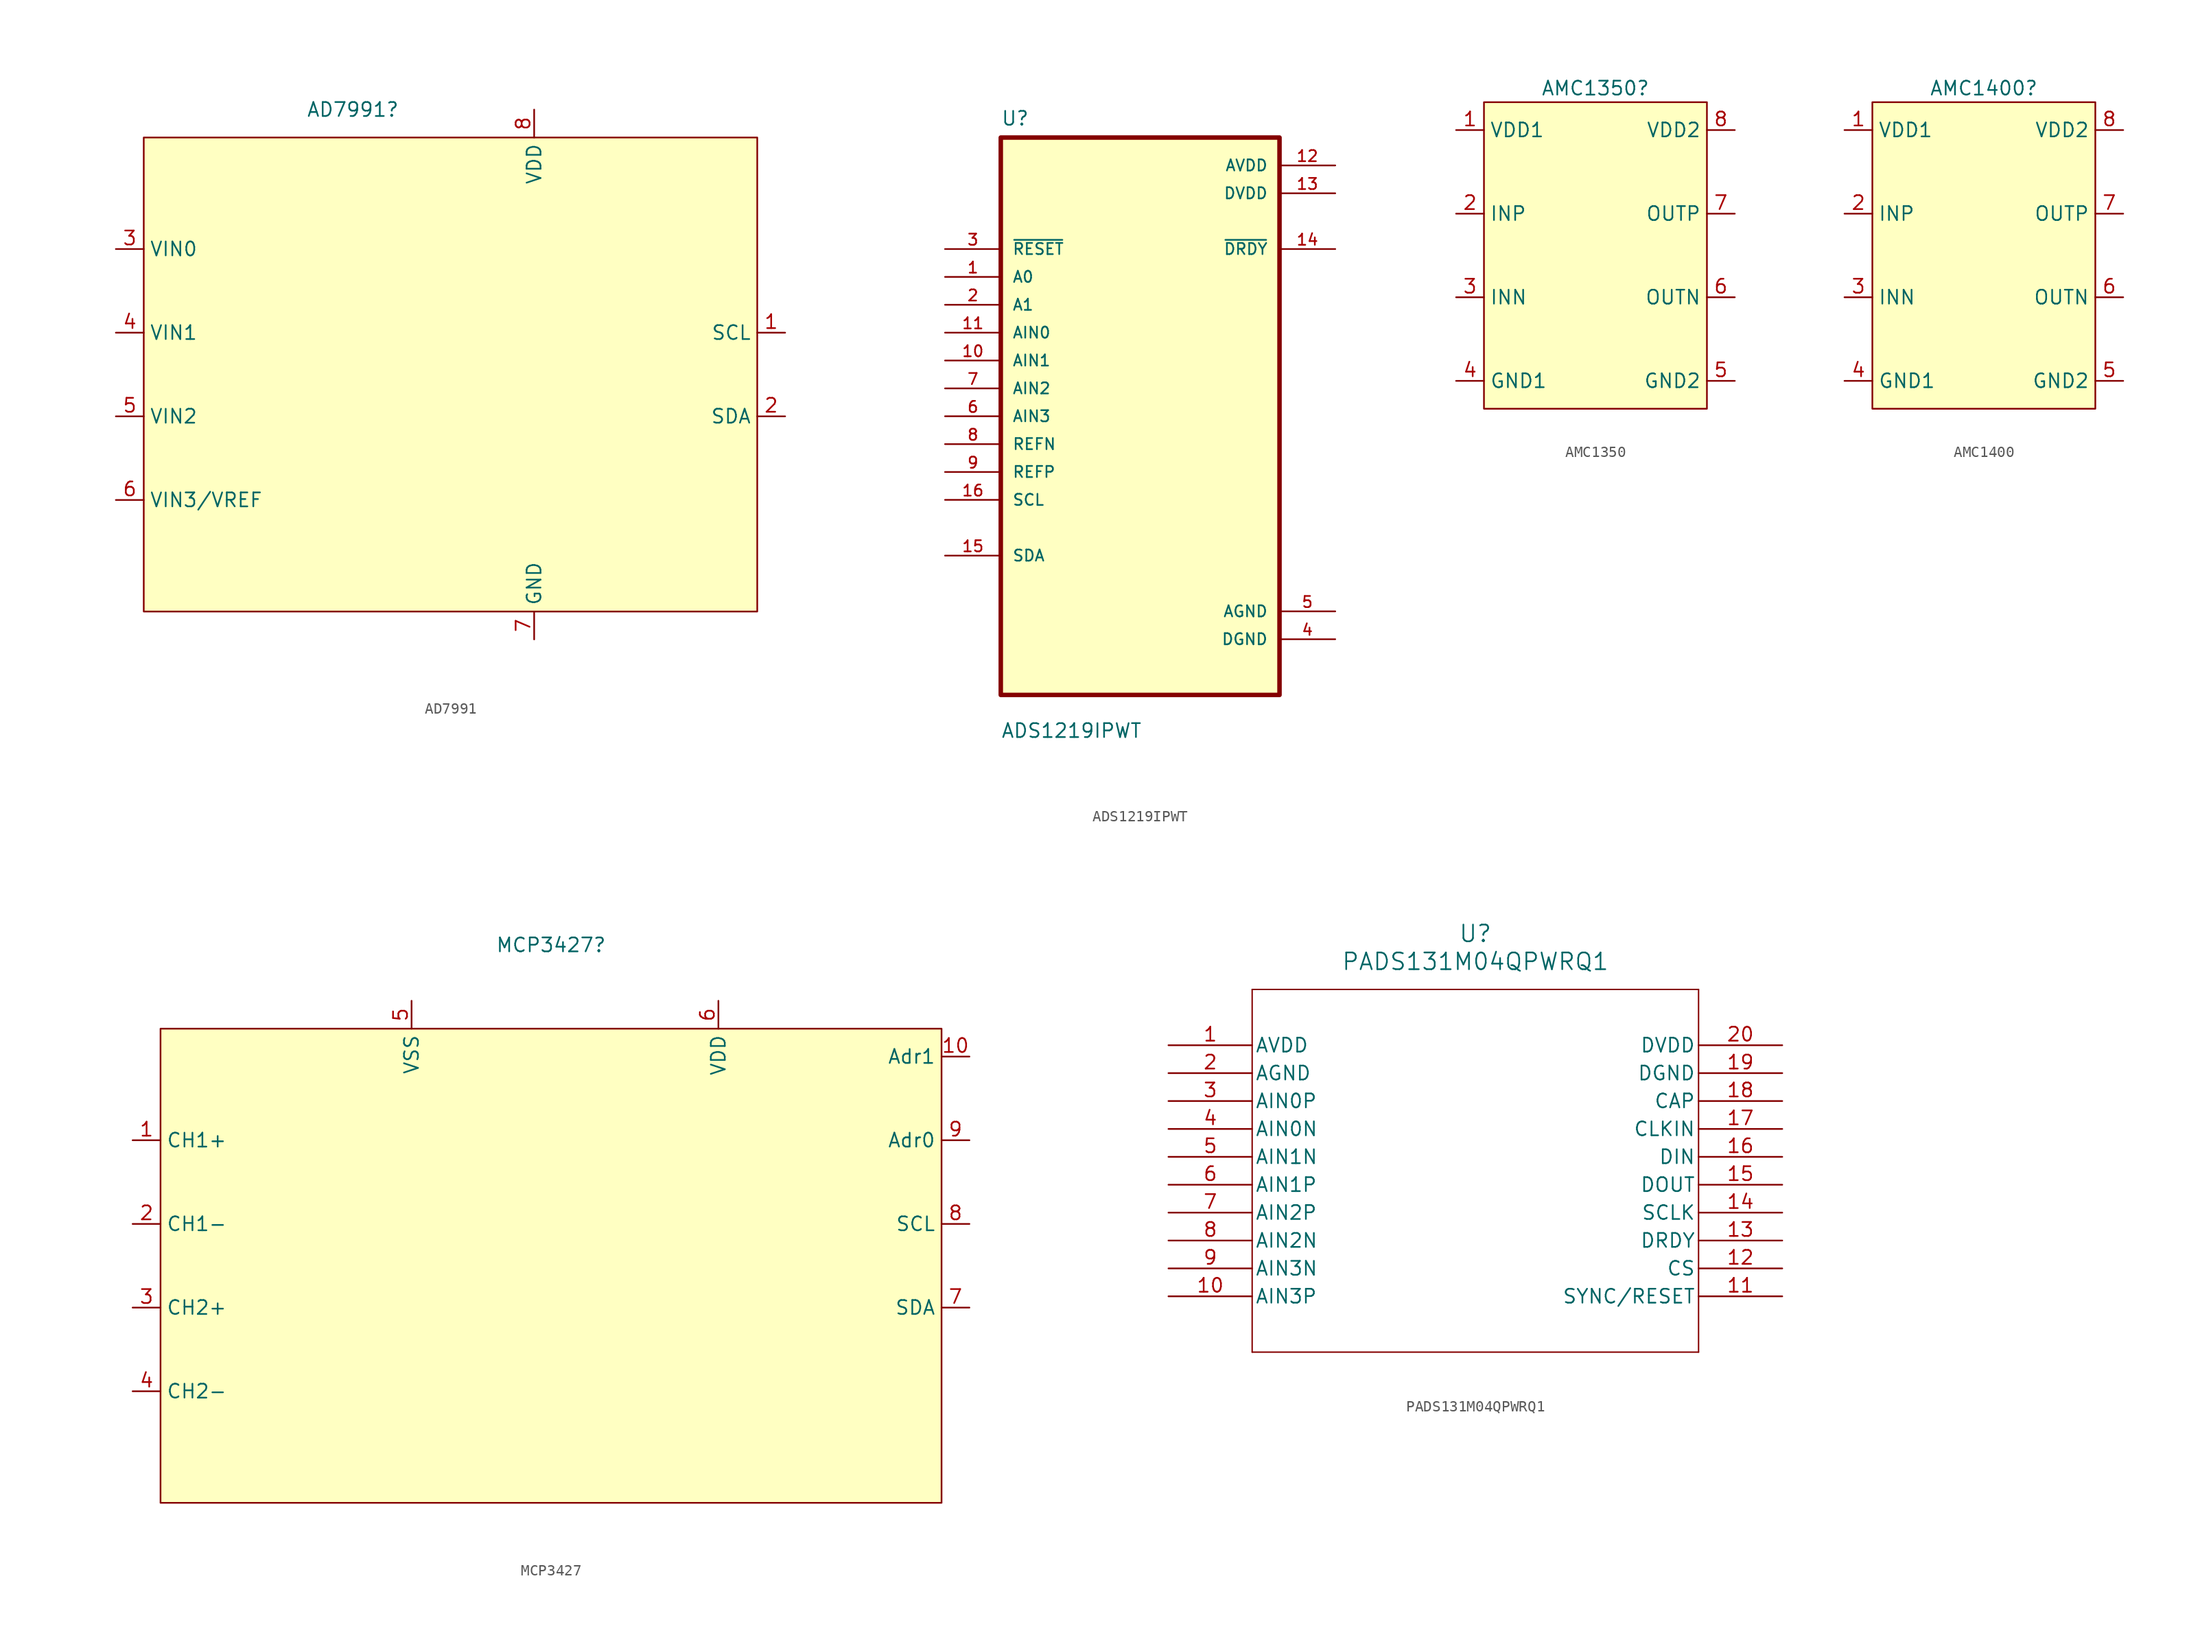
<source format=kicad_sym>
(kicad_symbol_lib
  (version 20231120)
  (generator "kicad_symbol_editor")
  (generator_version "8.0")
  (symbol "AD7991"
    (property "Reference" "AD7991"
      (at 0 0 0)
      (effects (font (size 1.27 1.27))))
    (property "Value" ""
      (at 0 0 0)
      (effects (font (size 1.27 1.27))))
    (symbol "AD7991_1_1"
      (rectangle (start -19.05 -2.54) (end 36.83 -45.72) (stroke (width 0) (type default)) (fill (type background)))
      (pin input line (at 39.37 -20.32 180) (length 2.54) (name "SCL" (effects (font (size 1.27 1.27)))) (number "1" (effects (font (size 1.27 1.27)))))
      (pin bidirectional line (at 39.37 -27.94 180) (length 2.54) (name "SDA" (effects (font (size 1.27 1.27)))) (number "2" (effects (font (size 1.27 1.27)))))
      (pin input line (at -21.59 -12.7 0) (length 2.54) (name "VIN0" (effects (font (size 1.27 1.27)))) (number "3" (effects (font (size 1.27 1.27)))))
      (pin input line (at -21.59 -20.32 0) (length 2.54) (name "VIN1" (effects (font (size 1.27 1.27)))) (number "4" (effects (font (size 1.27 1.27)))))
      (pin input line (at -21.59 -27.94 0) (length 2.54) (name "VIN2" (effects (font (size 1.27 1.27)))) (number "5" (effects (font (size 1.27 1.27)))))
      (pin input line (at -21.59 -35.56 0) (length 2.54) (name "VIN3/VREF" (effects (font (size 1.27 1.27)))) (number "6" (effects (font (size 1.27 1.27)))))
      (pin passive line (at 16.51 -48.26 90) (length 2.54) (name "GND" (effects (font (size 1.27 1.27)))) (number "7" (effects (font (size 1.27 1.27)))))
      (pin power_in line (at 16.51 0 270) (length 2.54) (name "VDD" (effects (font (size 1.27 1.27)))) (number "8" (effects (font (size 1.27 1.27)))))))
  (symbol "ADS1219IPWT"
    (pin_names
      (offset 1.016))
    (property "Reference" "U"
      (at -12.7 26.4 0)
      (effects (font (size 1.27 1.27)) (justify left bottom)))
    (property "Value" "ADS1219IPWT"
      (at -12.7 -29.4 0)
      (effects (font (size 1.27 1.27)) (justify left bottom)))
    (symbol "ADS1219IPWT_0_0"
      (rectangle (start -12.7 -25.4) (end 12.7 25.4) (stroke (width 0.41) (type default)) (fill (type background)))
      (pin input line (at -17.78 12.7 0) (length 5.08) (name "A0" (effects (font (size 1.016 1.016)))) (number "1" (effects (font (size 1.016 1.016)))))
      (pin input line (at -17.78 5.08 0) (length 5.08) (name "AIN1" (effects (font (size 1.016 1.016)))) (number "10" (effects (font (size 1.016 1.016)))))
      (pin input line (at -17.78 7.62 0) (length 5.08) (name "AIN0" (effects (font (size 1.016 1.016)))) (number "11" (effects (font (size 1.016 1.016)))))
      (pin power_in line (at 17.78 22.86 180) (length 5.08) (name "AVDD" (effects (font (size 1.016 1.016)))) (number "12" (effects (font (size 1.016 1.016)))))
      (pin power_in line (at 17.78 20.32 180) (length 5.08) (name "DVDD" (effects (font (size 1.016 1.016)))) (number "13" (effects (font (size 1.016 1.016)))))
      (pin output line (at 17.78 15.24 180) (length 5.08) (name "~{DRDY}" (effects (font (size 1.016 1.016)))) (number "14" (effects (font (size 1.016 1.016)))))
      (pin bidirectional line (at -17.78 -12.7 0) (length 5.08) (name "SDA" (effects (font (size 1.016 1.016)))) (number "15" (effects (font (size 1.016 1.016)))))
      (pin input line (at -17.78 -7.62 0) (length 5.08) (name "SCL" (effects (font (size 1.016 1.016)))) (number "16" (effects (font (size 1.016 1.016)))))
      (pin input line (at -17.78 10.16 0) (length 5.08) (name "A1" (effects (font (size 1.016 1.016)))) (number "2" (effects (font (size 1.016 1.016)))))
      (pin input line (at -17.78 15.24 0) (length 5.08) (name "~{RESET}" (effects (font (size 1.016 1.016)))) (number "3" (effects (font (size 1.016 1.016)))))
      (pin power_in line (at 17.78 -20.32 180) (length 5.08) (name "DGND" (effects (font (size 1.016 1.016)))) (number "4" (effects (font (size 1.016 1.016)))))
      (pin power_in line (at 17.78 -17.78 180) (length 5.08) (name "AGND" (effects (font (size 1.016 1.016)))) (number "5" (effects (font (size 1.016 1.016)))))
      (pin input line (at -17.78 0 0) (length 5.08) (name "AIN3" (effects (font (size 1.016 1.016)))) (number "6" (effects (font (size 1.016 1.016)))))
      (pin input line (at -17.78 2.54 0) (length 5.08) (name "AIN2" (effects (font (size 1.016 1.016)))) (number "7" (effects (font (size 1.016 1.016)))))
      (pin input line (at -17.78 -2.54 0) (length 5.08) (name "REFN" (effects (font (size 1.016 1.016)))) (number "8" (effects (font (size 1.016 1.016)))))
      (pin input line (at -17.78 -5.08 0) (length 5.08) (name "REFP" (effects (font (size 1.016 1.016)))) (number "9" (effects (font (size 1.016 1.016)))))))
  (symbol "AMC1350"
    (property "Reference" "AMC1350"
      (at 0 0 0)
      (effects (font (size 1.27 1.27))))
    (property "Value" ""
      (at 0 0 0)
      (effects (font (size 1.27 1.27))))
    (symbol "AMC1350_1_1"
      (rectangle (start -10.16 -1.27) (end 10.16 -29.21) (stroke (width 0) (type default)) (fill (type background)))
      (pin power_in line (at -12.7 -3.81 0) (length 2.54) (name "VDD1" (effects (font (size 1.27 1.27)))) (number "1" (effects (font (size 1.27 1.27)))))
      (pin input line (at -12.7 -11.43 0) (length 2.54) (name "INP" (effects (font (size 1.27 1.27)))) (number "2" (effects (font (size 1.27 1.27)))))
      (pin input line (at -12.7 -19.05 0) (length 2.54) (name "INN" (effects (font (size 1.27 1.27)))) (number "3" (effects (font (size 1.27 1.27)))))
      (pin passive line (at -12.7 -26.67 0) (length 2.54) (name "GND1" (effects (font (size 1.27 1.27)))) (number "4" (effects (font (size 1.27 1.27)))))
      (pin passive line (at 12.7 -26.67 180) (length 2.54) (name "GND2" (effects (font (size 1.27 1.27)))) (number "5" (effects (font (size 1.27 1.27)))))
      (pin output line (at 12.7 -19.05 180) (length 2.54) (name "OUTN" (effects (font (size 1.27 1.27)))) (number "6" (effects (font (size 1.27 1.27)))))
      (pin output line (at 12.7 -11.43 180) (length 2.54) (name "OUTP" (effects (font (size 1.27 1.27)))) (number "7" (effects (font (size 1.27 1.27)))))
      (pin power_in line (at 12.7 -3.81 180) (length 2.54) (name "VDD2" (effects (font (size 1.27 1.27)))) (number "8" (effects (font (size 1.27 1.27)))))))
  (symbol "AMC1400"
    (property "Reference" "AMC1400"
      (at 0 0 0)
      (effects (font (size 1.27 1.27))))
    (property "Value" ""
      (at 0 0 0)
      (effects (font (size 1.27 1.27))))
    (symbol "AMC1400_1_1"
      (rectangle (start -10.16 -1.27) (end 10.16 -29.21) (stroke (width 0) (type default)) (fill (type background)))
      (pin power_in line (at -12.7 -3.81 0) (length 2.54) (name "VDD1" (effects (font (size 1.27 1.27)))) (number "1" (effects (font (size 1.27 1.27)))))
      (pin input line (at -12.7 -11.43 0) (length 2.54) (name "INP" (effects (font (size 1.27 1.27)))) (number "2" (effects (font (size 1.27 1.27)))))
      (pin input line (at -12.7 -19.05 0) (length 2.54) (name "INN" (effects (font (size 1.27 1.27)))) (number "3" (effects (font (size 1.27 1.27)))))
      (pin passive line (at -12.7 -26.67 0) (length 2.54) (name "GND1" (effects (font (size 1.27 1.27)))) (number "4" (effects (font (size 1.27 1.27)))))
      (pin passive line (at 12.7 -26.67 180) (length 2.54) (name "GND2" (effects (font (size 1.27 1.27)))) (number "5" (effects (font (size 1.27 1.27)))))
      (pin output line (at 12.7 -19.05 180) (length 2.54) (name "OUTN" (effects (font (size 1.27 1.27)))) (number "6" (effects (font (size 1.27 1.27)))))
      (pin output line (at 12.7 -11.43 180) (length 2.54) (name "OUTP" (effects (font (size 1.27 1.27)))) (number "7" (effects (font (size 1.27 1.27)))))
      (pin power_in line (at 12.7 -3.81 180) (length 2.54) (name "VDD2" (effects (font (size 1.27 1.27)))) (number "8" (effects (font (size 1.27 1.27)))))))
  (symbol "MCP3427"
    (property "Reference" "MCP3427"
      (at 0 0 0)
      (effects (font (size 1.27 1.27))))
    (property "Value" ""
      (at 0 0 0)
      (effects (font (size 1.27 1.27))))
    (symbol "MCP3427_1_1"
      (rectangle (start -35.56 -7.62) (end 35.56 -50.8) (stroke (width 0) (type default)) (fill (type background)))
      (pin input line (at -38.1 -17.78 0) (length 2.54) (name "CH1+" (effects (font (size 1.27 1.27)))) (number "1" (effects (font (size 1.27 1.27)))))
      (pin passive line (at 38.1 -10.16 180) (length 2.54) (name "Adr1" (effects (font (size 1.27 1.27)))) (number "10" (effects (font (size 1.27 1.27)))))
      (pin input line (at -38.1 -25.4 0) (length 2.54) (name "CH1-" (effects (font (size 1.27 1.27)))) (number "2" (effects (font (size 1.27 1.27)))))
      (pin input line (at -38.1 -33.02 0) (length 2.54) (name "CH2+" (effects (font (size 1.27 1.27)))) (number "3" (effects (font (size 1.27 1.27)))))
      (pin input line (at -38.1 -40.64 0) (length 2.54) (name "CH2-" (effects (font (size 1.27 1.27)))) (number "4" (effects (font (size 1.27 1.27)))))
      (pin passive line (at -12.7 -5.08 270) (length 2.54) (name "VSS" (effects (font (size 1.27 1.27)))) (number "5" (effects (font (size 1.27 1.27)))))
      (pin power_in line (at 15.24 -5.08 270) (length 2.54) (name "VDD" (effects (font (size 1.27 1.27)))) (number "6" (effects (font (size 1.27 1.27)))))
      (pin bidirectional line (at 38.1 -33.02 180) (length 2.54) (name "SDA" (effects (font (size 1.27 1.27)))) (number "7" (effects (font (size 1.27 1.27)))))
      (pin input line (at 38.1 -25.4 180) (length 2.54) (name "SCL" (effects (font (size 1.27 1.27)))) (number "8" (effects (font (size 1.27 1.27)))))
      (pin passive line (at 38.1 -17.78 180) (length 2.54) (name "Adr0" (effects (font (size 1.27 1.27)))) (number "9" (effects (font (size 1.27 1.27)))))))
  (symbol "PADS131M04QPWRQ1"
    (pin_names
      (offset 0.254))
    (property "Reference" "U"
      (at 27.94 10.16 0)
      (effects (font (size 1.524 1.524))))
    (property "Value" "PADS131M04QPWRQ1"
      (at 27.94 7.62 0)
      (effects (font (size 1.524 1.524))))
    (property "ki_locked" ""
      (at 0 0 0)
      (effects (font (size 1.27 1.27))))
    (symbol "PADS131M04QPWRQ1_0_1"
      (polyline (pts (xy 7.62 -27.94) (xy 48.26 -27.94)) (stroke (width 0.127) (type default)) (fill (type none)))
      (polyline (pts (xy 7.62 5.08) (xy 7.62 -27.94)) (stroke (width 0.127) (type default)) (fill (type none)))
      (polyline (pts (xy 48.26 -27.94) (xy 48.26 5.08)) (stroke (width 0.127) (type default)) (fill (type none)))
      (polyline (pts (xy 48.26 5.08) (xy 7.62 5.08)) (stroke (width 0.127) (type default)) (fill (type none)))
      (pin unspecified line (at 0 0 0) (length 7.62) (name "AVDD" (effects (font (size 1.27 1.27)))) (number "1" (effects (font (size 1.27 1.27)))))
      (pin input line (at 0 -22.86 0) (length 7.62) (name "AIN3P" (effects (font (size 1.27 1.27)))) (number "10" (effects (font (size 1.27 1.27)))))
      (pin input line (at 55.88 -22.86 180) (length 7.62) (name "SYNC/RESET" (effects (font (size 1.27 1.27)))) (number "11" (effects (font (size 1.27 1.27)))))
      (pin input line (at 55.88 -20.32 180) (length 7.62) (name "CS" (effects (font (size 1.27 1.27)))) (number "12" (effects (font (size 1.27 1.27)))))
      (pin output line (at 55.88 -17.78 180) (length 7.62) (name "DRDY" (effects (font (size 1.27 1.27)))) (number "13" (effects (font (size 1.27 1.27)))))
      (pin input line (at 55.88 -15.24 180) (length 7.62) (name "SCLK" (effects (font (size 1.27 1.27)))) (number "14" (effects (font (size 1.27 1.27)))))
      (pin output line (at 55.88 -12.7 180) (length 7.62) (name "DOUT" (effects (font (size 1.27 1.27)))) (number "15" (effects (font (size 1.27 1.27)))))
      (pin input line (at 55.88 -10.16 180) (length 7.62) (name "DIN" (effects (font (size 1.27 1.27)))) (number "16" (effects (font (size 1.27 1.27)))))
      (pin input line (at 55.88 -7.62 180) (length 7.62) (name "CLKIN" (effects (font (size 1.27 1.27)))) (number "17" (effects (font (size 1.27 1.27)))))
      (pin output line (at 55.88 -5.08 180) (length 7.62) (name "CAP" (effects (font (size 1.27 1.27)))) (number "18" (effects (font (size 1.27 1.27)))))
      (pin power_out line (at 55.88 -2.54 180) (length 7.62) (name "DGND" (effects (font (size 1.27 1.27)))) (number "19" (effects (font (size 1.27 1.27)))))
      (pin power_out line (at 0 -2.54 0) (length 7.62) (name "AGND" (effects (font (size 1.27 1.27)))) (number "2" (effects (font (size 1.27 1.27)))))
      (pin bidirectional line (at 55.88 0 180) (length 7.62) (name "DVDD" (effects (font (size 1.27 1.27)))) (number "20" (effects (font (size 1.27 1.27)))))
      (pin input line (at 0 -5.08 0) (length 7.62) (name "AIN0P" (effects (font (size 1.27 1.27)))) (number "3" (effects (font (size 1.27 1.27)))))
      (pin input line (at 0 -7.62 0) (length 7.62) (name "AIN0N" (effects (font (size 1.27 1.27)))) (number "4" (effects (font (size 1.27 1.27)))))
      (pin input line (at 0 -10.16 0) (length 7.62) (name "AIN1N" (effects (font (size 1.27 1.27)))) (number "5" (effects (font (size 1.27 1.27)))))
      (pin input line (at 0 -12.7 0) (length 7.62) (name "AIN1P" (effects (font (size 1.27 1.27)))) (number "6" (effects (font (size 1.27 1.27)))))
      (pin input line (at 0 -15.24 0) (length 7.62) (name "AIN2P" (effects (font (size 1.27 1.27)))) (number "7" (effects (font (size 1.27 1.27)))))
      (pin input line (at 0 -17.78 0) (length 7.62) (name "AIN2N" (effects (font (size 1.27 1.27)))) (number "8" (effects (font (size 1.27 1.27)))))
      (pin input line (at 0 -20.32 0) (length 7.62) (name "AIN3N" (effects (font (size 1.27 1.27)))) (number "9" (effects (font (size 1.27 1.27))))))))
</source>
